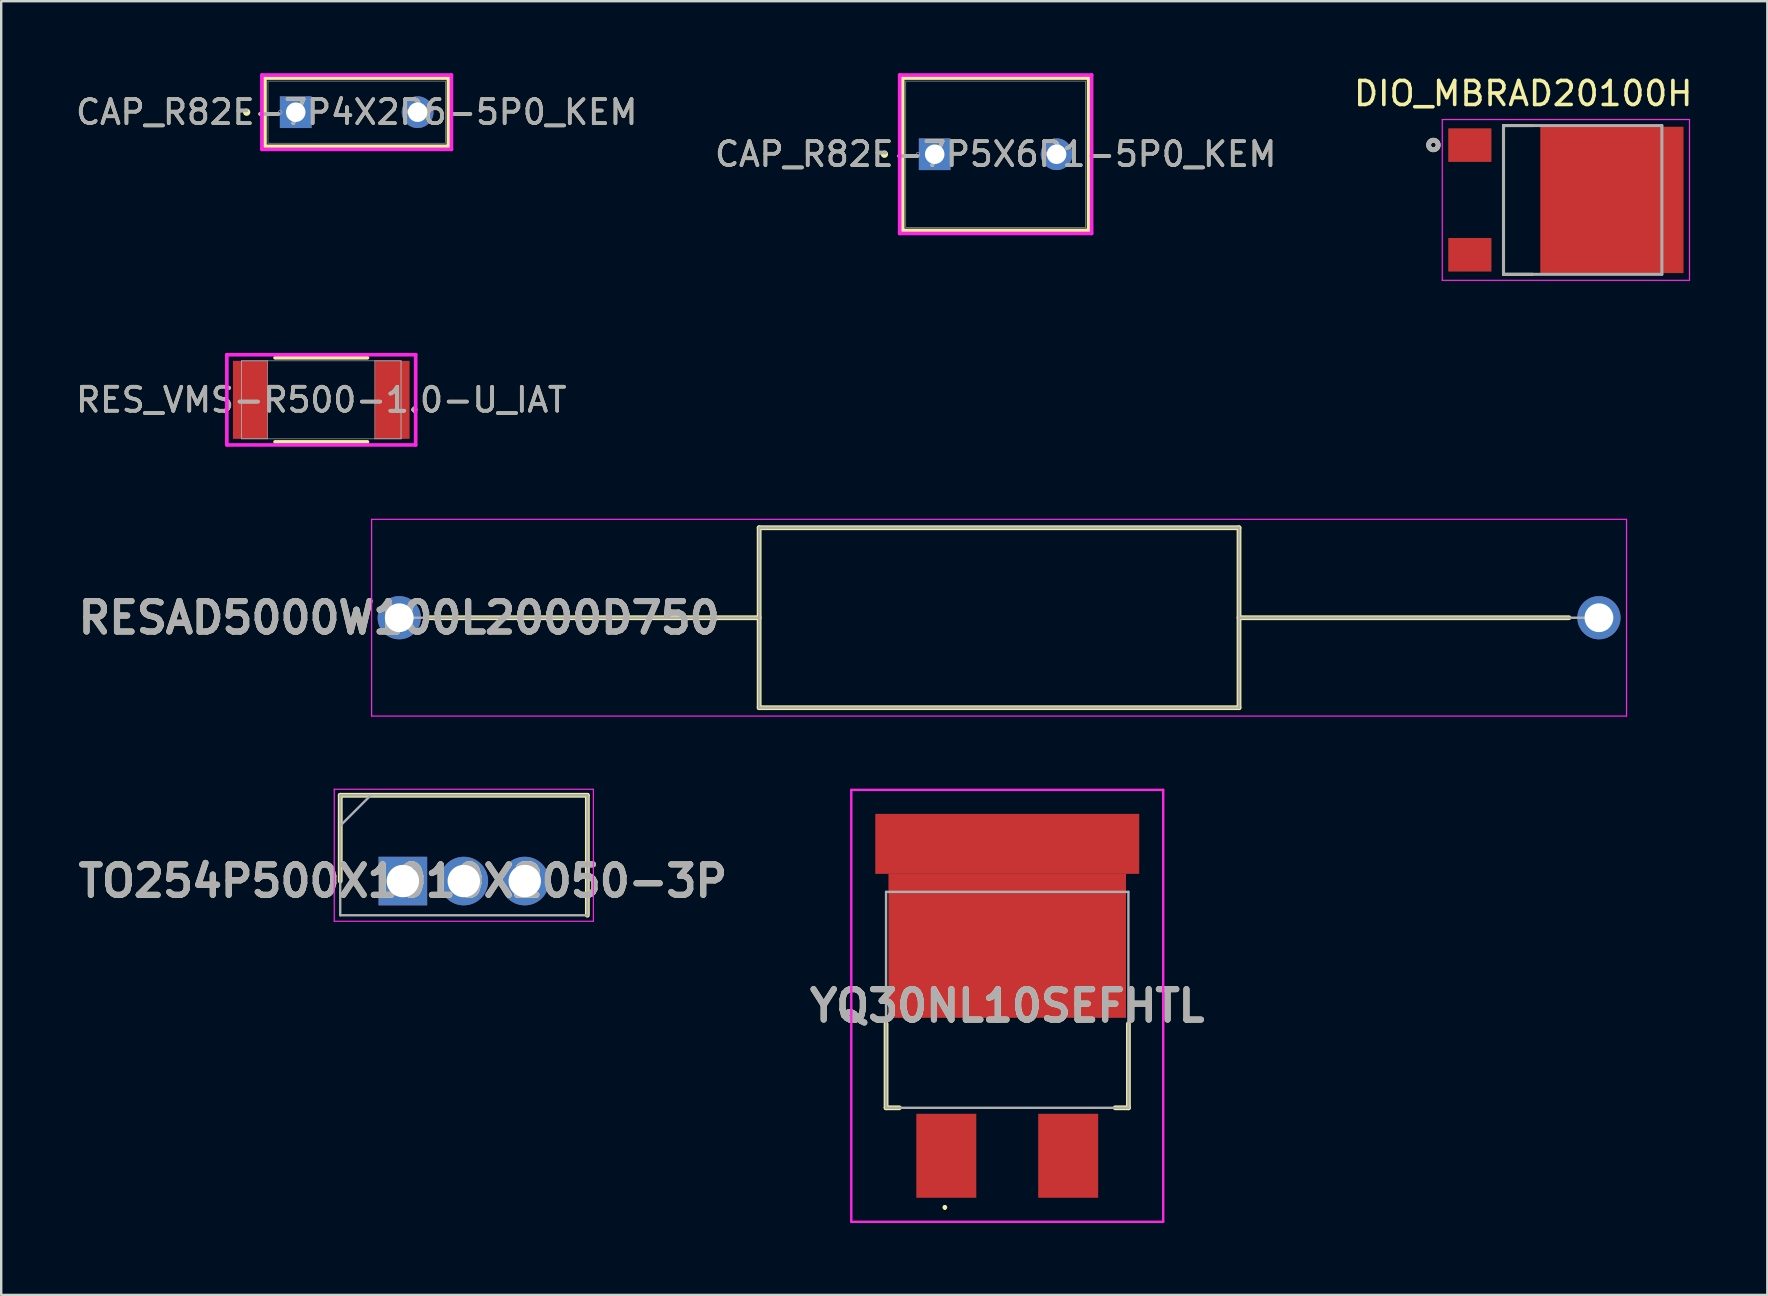
<source format=kicad_pcb>
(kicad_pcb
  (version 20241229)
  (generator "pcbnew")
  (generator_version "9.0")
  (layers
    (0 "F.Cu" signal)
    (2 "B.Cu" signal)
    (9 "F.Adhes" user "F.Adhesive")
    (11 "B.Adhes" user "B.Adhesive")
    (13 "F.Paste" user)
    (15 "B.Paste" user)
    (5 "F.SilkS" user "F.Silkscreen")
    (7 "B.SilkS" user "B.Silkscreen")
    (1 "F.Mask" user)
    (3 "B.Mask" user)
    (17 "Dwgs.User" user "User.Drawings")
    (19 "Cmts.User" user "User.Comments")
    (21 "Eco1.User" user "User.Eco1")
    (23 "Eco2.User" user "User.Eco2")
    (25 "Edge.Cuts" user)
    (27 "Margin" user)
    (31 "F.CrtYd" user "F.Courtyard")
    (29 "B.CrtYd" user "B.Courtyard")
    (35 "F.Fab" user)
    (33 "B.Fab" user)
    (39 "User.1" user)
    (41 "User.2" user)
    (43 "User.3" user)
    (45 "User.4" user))
  (footprint "DIO_MBRAD20100H"
    (layer "F.Cu")
    (at 62.212 5.283)
    (property "Reference" "DIO_MBRAD20100H" (at -1.778 -4.435 0) (layer "F.SilkS") (effects (font (size 1 1) (thickness 0.15))))
    (attr smd)
    (fp_line (start -2.6 -3.1) (end -2.6 3.1) (stroke (width 0.127) (type solid)) (layer "F.SilkS"))
    (fp_line (start -2.6 3.1) (end -1.387 3.1) (stroke (width 0.127) (type solid)) (layer "F.SilkS"))
    (fp_line (start -1.387 -3.1) (end -2.6 -3.1) (stroke (width 0.127) (type solid)) (layer "F.SilkS"))
    (fp_circle (center -5.522 -2.29) (end -5.423 -2.29) (stroke (width 0.2) (type solid)) (fill no) (layer "F.SilkS"))
    (fp_poly (pts (xy -0.833 -2.69) (xy 0.608 -2.69) (xy 0.608 -1.29) (xy -0.833 -1.29)) (stroke (width 0.01) (type solid)) (fill yes) (layer "F.Paste"))
    (fp_poly (pts (xy -0.833 -0.7) (xy 0.608 -0.7) (xy 0.608 0.7) (xy -0.833 0.7)) (stroke (width 0.01) (type solid)) (fill yes) (layer "F.Paste"))
    (fp_poly (pts (xy -0.833 1.29) (xy 0.608 1.29) (xy 0.608 2.69) (xy -0.833 2.69)) (stroke (width 0.01) (type solid)) (fill yes) (layer "F.Paste"))
    (fp_poly (pts (xy 1.198 -2.69) (xy 2.638 -2.69) (xy 2.638 -1.29) (xy 1.198 -1.29)) (stroke (width 0.01) (type solid)) (fill yes) (layer "F.Paste"))
    (fp_poly (pts (xy 1.198 -0.7) (xy 2.638 -0.7) (xy 2.638 0.7) (xy 1.198 0.7)) (stroke (width 0.01) (type solid)) (fill yes) (layer "F.Paste"))
    (fp_poly (pts (xy 1.198 1.29) (xy 2.638 1.29) (xy 2.638 2.69) (xy 1.198 2.69)) (stroke (width 0.01) (type solid)) (fill yes) (layer "F.Paste"))
    (fp_poly (pts (xy 3.228 -2.69) (xy 4.668 -2.69) (xy 4.668 -1.29) (xy 3.228 -1.29)) (stroke (width 0.01) (type solid)) (fill yes) (layer "F.Paste"))
    (fp_poly (pts (xy 3.228 -0.7) (xy 4.668 -0.7) (xy 4.668 0.7) (xy 3.228 0.7)) (stroke (width 0.01) (type solid)) (fill yes) (layer "F.Paste"))
    (fp_poly (pts (xy 3.228 1.29) (xy 4.668 1.29) (xy 4.668 2.69) (xy 3.228 2.69)) (stroke (width 0.01) (type solid)) (fill yes) (layer "F.Paste"))
    (fp_line (start -5.152 -3.35) (end 5.152 -3.35) (stroke (width 0.05) (type solid)) (layer "F.CrtYd"))
    (fp_line (start -5.152 3.35) (end -5.152 -3.35) (stroke (width 0.05) (type solid)) (layer "F.CrtYd"))
    (fp_line (start 5.152 -3.35) (end 5.152 3.35) (stroke (width 0.05) (type solid)) (layer "F.CrtYd"))
    (fp_line (start 5.152 3.35) (end -5.152 3.35) (stroke (width 0.05) (type solid)) (layer "F.CrtYd"))
    (fp_line (start -2.6 -3.1) (end -2.6 3.1) (stroke (width 0.127) (type solid)) (layer "F.Fab"))
    (fp_line (start -2.6 3.1) (end 4 3.1) (stroke (width 0.127) (type solid)) (layer "F.Fab"))
    (fp_line (start 4 -3.1) (end -2.6 -3.1) (stroke (width 0.127) (type solid)) (layer "F.Fab"))
    (fp_line (start 4 3.1) (end 4 -3.1) (stroke (width 0.127) (type solid)) (layer "F.Fab"))
    (fp_circle (center -5.522 -2.29) (end -5.423 -2.29) (stroke (width 0.2) (type solid)) (fill no) (layer "F.Fab"))
    (pad "1" smd rect (at -4.003 -2.285) (size 1.8 1.4) (layers "F.Cu" "F.Mask" "F.Paste"))
    (pad "2" smd rect (at -4.003 2.285) (size 1.8 1.4) (layers "F.Cu" "F.Mask" "F.Paste"))
    (pad "3" smd rect (at 1.917 0) (size 5.97 6.1) (layers "F.Cu" "F.Mask")))
  (footprint "CAP_R82E-7P5X6P1-5P0_KEM"
    (layer "F.Cu")
    (at 35.906 3.378)
    (property "Reference" "CAP_R82E-7P5X6P1-5P0_KEM" (at 2.54 0 0) (unlocked yes) (layer "F.SilkS") (effects (font (size 1 1) (thickness 0.15))))
    (attr through_hole)
    (fp_line (start -1.333 -3.175) (end -1.333 3.175) (stroke (width 0.152) (type solid)) (layer "F.SilkS"))
    (fp_line (start 6.413 -3.175) (end -1.333 -3.175) (stroke (width 0.152) (type solid)) (layer "F.SilkS"))
    (fp_line (start 6.413 -3.175) (end 6.413 3.175) (stroke (width 0.152) (type solid)) (layer "F.SilkS"))
    (fp_line (start 6.413 3.175) (end -1.333 3.175) (stroke (width 0.152) (type solid)) (layer "F.SilkS"))
    (fp_circle (center -2.095 0) (end -2.019 0) (stroke (width 0.152) (type solid)) (fill no) (layer "F.SilkS"))
    (fp_line (start -1.46 -3.302) (end 6.54 -3.302) (stroke (width 0.152) (type solid)) (layer "F.CrtYd"))
    (fp_line (start -1.46 3.302) (end -1.46 -3.302) (stroke (width 0.152) (type solid)) (layer "F.CrtYd"))
    (fp_line (start 6.54 -3.302) (end 6.54 3.302) (stroke (width 0.152) (type solid)) (layer "F.CrtYd"))
    (fp_line (start 6.54 3.302) (end -1.46 3.302) (stroke (width 0.152) (type solid)) (layer "F.CrtYd"))
    (fp_line (start -1.206 -3.048) (end -1.206 3.048) (stroke (width 0.025) (type solid)) (layer "F.Fab"))
    (fp_line (start 6.287 -3.048) (end -1.206 -3.048) (stroke (width 0.025) (type solid)) (layer "F.Fab"))
    (fp_line (start 6.287 -3.048) (end 6.287 3.048) (stroke (width 0.025) (type solid)) (layer "F.Fab"))
    (fp_line (start 6.287 3.048) (end -1.206 3.048) (stroke (width 0.025) (type solid)) (layer "F.Fab"))
    (fp_circle (center -0.699 0) (end -0.622 0) (stroke (width 0.025) (type solid)) (fill no) (layer "F.Fab"))
    (fp_text user "${REFERENCE}" (at 2.54 0 0) (unlocked yes) (layer "F.Fab") (effects (font (size 1 1) (thickness 0.15))))
    (pad "1" thru_hole rect (at 0 0) (size 1.321 1.321) (drill 0.813) (layers "*.Cu" "*.Mask"))
    (pad "2" thru_hole circle (at 5.08 0) (size 1.321 1.321) (drill 0.813) (layers "*.Cu" "*.Mask")))
  (footprint "RES_VMS-R500-1.0-U_IAT"
    (layer "F.Cu")
    (at 10.339 13.614)
    (property "Reference" "RES_VMS-R500-1.0-U_IAT" (at 0 0 0) (unlocked yes) (layer "F.SilkS") (effects (font (size 1 1) (thickness 0.15))))
    (attr smd)
    (fp_line (start -1.925 1.753) (end 1.925 1.753) (stroke (width 0.152) (type solid)) (layer "F.SilkS"))
    (fp_line (start 1.925 -1.753) (end -1.925 -1.753) (stroke (width 0.152) (type solid)) (layer "F.SilkS"))
    (fp_line (start -3.935 -1.88) (end 3.935 -1.88) (stroke (width 0.152) (type solid)) (layer "F.CrtYd"))
    (fp_line (start -3.935 1.88) (end -3.935 -1.88) (stroke (width 0.152) (type solid)) (layer "F.CrtYd"))
    (fp_line (start 3.935 -1.88) (end 3.935 1.88) (stroke (width 0.152) (type solid)) (layer "F.CrtYd"))
    (fp_line (start 3.935 1.88) (end -3.935 1.88) (stroke (width 0.152) (type solid)) (layer "F.CrtYd"))
    (fp_line (start -3.325 -1.626) (end -3.325 1.626) (stroke (width 0.025) (type solid)) (layer "F.Fab"))
    (fp_line (start -3.325 -1.626) (end -3.325 1.626) (stroke (width 0.025) (type solid)) (layer "F.Fab"))
    (fp_line (start -3.325 1.626) (end -2.233 1.626) (stroke (width 0.025) (type solid)) (layer "F.Fab"))
    (fp_line (start -3.325 1.626) (end 3.325 1.626) (stroke (width 0.025) (type solid)) (layer "F.Fab"))
    (fp_line (start -2.233 -1.626) (end -3.325 -1.626) (stroke (width 0.025) (type solid)) (layer "F.Fab"))
    (fp_line (start -2.233 1.626) (end -2.233 -1.626) (stroke (width 0.025) (type solid)) (layer "F.Fab"))
    (fp_line (start 2.233 -1.626) (end 2.233 1.626) (stroke (width 0.025) (type solid)) (layer "F.Fab"))
    (fp_line (start 2.233 1.626) (end 3.325 1.626) (stroke (width 0.025) (type solid)) (layer "F.Fab"))
    (fp_line (start 3.325 -1.626) (end -3.325 -1.626) (stroke (width 0.025) (type solid)) (layer "F.Fab"))
    (fp_line (start 3.325 -1.626) (end 2.233 -1.626) (stroke (width 0.025) (type solid)) (layer "F.Fab"))
    (fp_line (start 3.325 1.626) (end 3.325 -1.626) (stroke (width 0.025) (type solid)) (layer "F.Fab"))
    (fp_line (start 3.325 1.626) (end 3.325 -1.626) (stroke (width 0.025) (type solid)) (layer "F.Fab"))
    (fp_text user "${REFERENCE}" (at 0 0 0) (unlocked yes) (layer "F.Fab") (effects (font (size 1 1) (thickness 0.15))))
    (pad "1" smd rect (at -2.957 0) (size 1.448 3.251) (layers "F.Cu" "F.Mask" "F.Paste"))
    (pad "2" smd rect (at 2.957 0) (size 1.448 3.251) (layers "F.Cu" "F.Mask" "F.Paste"))
    (zone (net_name "") (layer "F.Cu") (hatch full 0.508) (connect_pads) (min_thickness 0.254) (filled_areas_thickness no) (keepout (tracks not_allowed) (vias not_allowed) (pads allowed) (copperpour not_allowed) (footprints allowed)) (placement (enabled no)) (fill) (polygon (pts (xy 8.157 12.039) (xy 12.521 12.039) (xy 12.521 15.189) (xy 8.157 15.189)))))
  (footprint "RESAD5000W100L2000D750"
    (layer "F.Cu")
    (at 13.589 22.695)
    (property "Reference" "RESAD5000W100L2000D750" (at 0 0 0) (layer "F.SilkS") (effects (font (size 1.27 1.27) (thickness 0.254))))
    (attr through_hole)
    (fp_line (start 1.25 0) (end 15 0) (stroke (width 0.2) (type solid)) (layer "F.SilkS"))
    (fp_line (start 15 -3.75) (end 35 -3.75) (stroke (width 0.2) (type solid)) (layer "F.SilkS"))
    (fp_line (start 15 3.75) (end 15 -3.75) (stroke (width 0.2) (type solid)) (layer "F.SilkS"))
    (fp_line (start 35 -3.75) (end 35 3.75) (stroke (width 0.2) (type solid)) (layer "F.SilkS"))
    (fp_line (start 35 0) (end 48.75 0) (stroke (width 0.2) (type solid)) (layer "F.SilkS"))
    (fp_line (start 35 3.75) (end 15 3.75) (stroke (width 0.2) (type solid)) (layer "F.SilkS"))
    (fp_line (start -1.15 -4.1) (end 51.15 -4.1) (stroke (width 0.05) (type solid)) (layer "F.CrtYd"))
    (fp_line (start -1.15 4.1) (end -1.15 -4.1) (stroke (width 0.05) (type solid)) (layer "F.CrtYd"))
    (fp_line (start 51.15 -4.1) (end 51.15 4.1) (stroke (width 0.05) (type solid)) (layer "F.CrtYd"))
    (fp_line (start 51.15 4.1) (end -1.15 4.1) (stroke (width 0.05) (type solid)) (layer "F.CrtYd"))
    (fp_line (start 0 0) (end 15 0) (stroke (width 0.1) (type solid)) (layer "F.Fab"))
    (fp_line (start 15 -3.75) (end 35 -3.75) (stroke (width 0.1) (type solid)) (layer "F.Fab"))
    (fp_line (start 15 3.75) (end 15 -3.75) (stroke (width 0.1) (type solid)) (layer "F.Fab"))
    (fp_line (start 35 -3.75) (end 35 3.75) (stroke (width 0.1) (type solid)) (layer "F.Fab"))
    (fp_line (start 35 0) (end 50 0) (stroke (width 0.1) (type solid)) (layer "F.Fab"))
    (fp_line (start 35 3.75) (end 15 3.75) (stroke (width 0.1) (type solid)) (layer "F.Fab"))
    (fp_text user "${REFERENCE}" (at 0 0 0) (layer "F.Fab") (effects (font (size 1.27 1.27) (thickness 0.254))))
    (pad "1" thru_hole circle (at 0 0) (size 1.8 1.8) (drill 1.2) (layers "*.Cu" "*.Mask"))
    (pad "2" thru_hole circle (at 50 0) (size 1.8 1.8) (drill 1.2) (layers "*.Cu" "*.Mask")))
  (footprint "YQ30NL10SEFHTL"
    (layer "F.Cu")
    (at 38.929 38.62)
    (property "Reference" "YQ30NL10SEFHTL" (at 0 0.25 0) (layer "F.SilkS") (effects (font (size 1.27 1.27) (thickness 0.254))))
    (attr smd)
    (fp_line (start -5.05 4.5) (end -5.05 1) (stroke (width 0.2) (type solid)) (layer "F.SilkS"))
    (fp_line (start -4.5 4.5) (end -5.05 4.5) (stroke (width 0.2) (type solid)) (layer "F.SilkS"))
    (fp_line (start -2.6 8.6) (end -2.6 8.6) (stroke (width 0.1) (type solid)) (layer "F.SilkS"))
    (fp_line (start -2.6 8.7) (end -2.6 8.7) (stroke (width 0.1) (type solid)) (layer "F.SilkS"))
    (fp_line (start 4.5 4.5) (end 5.05 4.5) (stroke (width 0.2) (type solid)) (layer "F.SilkS"))
    (fp_line (start 5.05 4.5) (end 5.05 1) (stroke (width 0.2) (type solid)) (layer "F.SilkS"))
    (fp_arc (start -2.6 8.6) (mid -2.55 8.65) (end -2.6 8.7) (stroke (width 0.1) (type solid)) (layer "F.SilkS"))
    (fp_arc (start -2.6 8.7) (mid -2.65 8.65) (end -2.6 8.6) (stroke (width 0.1) (type solid)) (layer "F.SilkS"))
    (fp_line (start -6.5 -8.75) (end 6.5 -8.75) (stroke (width 0.1) (type solid)) (layer "F.CrtYd"))
    (fp_line (start -6.5 9.25) (end -6.5 -8.75) (stroke (width 0.1) (type solid)) (layer "F.CrtYd"))
    (fp_line (start 6.5 -8.75) (end 6.5 9.25) (stroke (width 0.1) (type solid)) (layer "F.CrtYd"))
    (fp_line (start 6.5 9.25) (end -6.5 9.25) (stroke (width 0.1) (type solid)) (layer "F.CrtYd"))
    (fp_line (start -5.05 -4.5) (end 5.05 -4.5) (stroke (width 0.1) (type solid)) (layer "F.Fab"))
    (fp_line (start -5.05 4.5) (end -5.05 -4.5) (stroke (width 0.1) (type solid)) (layer "F.Fab"))
    (fp_line (start 5.05 -4.5) (end 5.05 4.5) (stroke (width 0.1) (type solid)) (layer "F.Fab"))
    (fp_line (start 5.05 4.5) (end -5.05 4.5) (stroke (width 0.1) (type solid)) (layer "F.Fab"))
    (fp_text user "${REFERENCE}" (at 0 0.25 0) (layer "F.Fab") (effects (font (size 1.27 1.27) (thickness 0.254))))
    (pad "1" smd rect (at -2.54 6.5) (size 2.5 3.5) (layers "F.Cu" "F.Mask" "F.Paste"))
    (pad "2" smd rect (at 0 -2.25 90) (size 6 9.9) (layers "F.Cu" "F.Mask" "F.Paste"))
    (pad "3" smd rect (at 2.54 6.5) (size 2.5 3.5) (layers "F.Cu" "F.Mask" "F.Paste"))
    (pad "4" smd rect (at 0 -6.5 90) (size 2.5 11) (layers "F.Cu" "F.Mask" "F.Paste")))
  (footprint "CAP_R82E-7P4X2P6-5P0_KEM"
    (layer "F.Cu")
    (at 9.275 1.626)
    (property "Reference" "CAP_R82E-7P4X2P6-5P0_KEM" (at 2.54 0 0) (unlocked yes) (layer "F.SilkS") (effects (font (size 1 1) (thickness 0.15))))
    (attr through_hole)
    (fp_line (start -1.283 -1.422) (end -1.283 1.422) (stroke (width 0.152) (type solid)) (layer "F.SilkS"))
    (fp_line (start 6.363 -1.422) (end -1.283 -1.422) (stroke (width 0.152) (type solid)) (layer "F.SilkS"))
    (fp_line (start 6.363 -1.422) (end 6.363 1.422) (stroke (width 0.152) (type solid)) (layer "F.SilkS"))
    (fp_line (start 6.363 1.422) (end -1.283 1.422) (stroke (width 0.152) (type solid)) (layer "F.SilkS"))
    (fp_circle (center -2.045 0) (end -1.968 0) (stroke (width 0.152) (type solid)) (fill no) (layer "F.SilkS"))
    (fp_line (start -1.41 -1.549) (end 6.49 -1.549) (stroke (width 0.152) (type solid)) (layer "F.CrtYd"))
    (fp_line (start -1.41 1.549) (end -1.41 -1.549) (stroke (width 0.152) (type solid)) (layer "F.CrtYd"))
    (fp_line (start 6.49 -1.549) (end 6.49 1.549) (stroke (width 0.152) (type solid)) (layer "F.CrtYd"))
    (fp_line (start 6.49 1.549) (end -1.41 1.549) (stroke (width 0.152) (type solid)) (layer "F.CrtYd"))
    (fp_line (start -1.156 -1.295) (end -1.156 1.295) (stroke (width 0.025) (type solid)) (layer "F.Fab"))
    (fp_line (start 6.236 -1.295) (end -1.156 -1.295) (stroke (width 0.025) (type solid)) (layer "F.Fab"))
    (fp_line (start 6.236 -1.295) (end 6.236 1.295) (stroke (width 0.025) (type solid)) (layer "F.Fab"))
    (fp_line (start 6.236 1.295) (end -1.156 1.295) (stroke (width 0.025) (type solid)) (layer "F.Fab"))
    (fp_circle (center -0.648 0) (end -0.572 0) (stroke (width 0.025) (type solid)) (fill no) (layer "F.Fab"))
    (fp_text user "${REFERENCE}" (at 2.54 0 0) (unlocked yes) (layer "F.Fab") (effects (font (size 1 1) (thickness 0.15))))
    (pad "1" thru_hole rect (at 0 0) (size 1.321 1.321) (drill 0.813) (layers "*.Cu" "*.Mask"))
    (pad "2" thru_hole circle (at 5.08 0) (size 1.321 1.321) (drill 0.813) (layers "*.Cu" "*.Mask")))
  (footprint "TO254P500X1010X2050-3P"
    (layer "F.Cu")
    (at 13.74 33.67)
    (property "Reference" "TO254P500X1010X2050-3P" (at 0 0 0) (layer "F.SilkS") (effects (font (size 1.27 1.27) (thickness 0.254))))
    (attr through_hole)
    (fp_line (start -2.61 -3.575) (end -2.61 0) (stroke (width 0.2) (type solid)) (layer "F.SilkS"))
    (fp_line (start 7.69 -3.575) (end -2.61 -3.575) (stroke (width 0.2) (type solid)) (layer "F.SilkS"))
    (fp_line (start 7.69 1.425) (end 7.69 -3.575) (stroke (width 0.2) (type solid)) (layer "F.SilkS"))
    (fp_line (start -2.86 -3.825) (end 7.94 -3.825) (stroke (width 0.05) (type solid)) (layer "F.CrtYd"))
    (fp_line (start -2.86 1.675) (end -2.86 -3.825) (stroke (width 0.05) (type solid)) (layer "F.CrtYd"))
    (fp_line (start 7.94 -3.825) (end 7.94 1.675) (stroke (width 0.05) (type solid)) (layer "F.CrtYd"))
    (fp_line (start 7.94 1.675) (end -2.86 1.675) (stroke (width 0.05) (type solid)) (layer "F.CrtYd"))
    (fp_line (start -2.61 -3.575) (end 7.69 -3.575) (stroke (width 0.1) (type solid)) (layer "F.Fab"))
    (fp_line (start -2.61 -2.305) (end -1.34 -3.575) (stroke (width 0.1) (type solid)) (layer "F.Fab"))
    (fp_line (start -2.61 1.425) (end -2.61 -3.575) (stroke (width 0.1) (type solid)) (layer "F.Fab"))
    (fp_line (start 7.69 -3.575) (end 7.69 1.425) (stroke (width 0.1) (type solid)) (layer "F.Fab"))
    (fp_line (start 7.69 1.425) (end -2.61 1.425) (stroke (width 0.1) (type solid)) (layer "F.Fab"))
    (fp_text user "${REFERENCE}" (at 0 0 0) (layer "F.Fab") (effects (font (size 1.27 1.27) (thickness 0.254))))
    (pad "1" thru_hole rect (at 0 0) (size 2.025 2.025) (drill 1.35) (layers "*.Cu" "*.Mask"))
    (pad "2" thru_hole circle (at 2.54 0) (size 2.025 2.025) (drill 1.35) (layers "*.Cu" "*.Mask"))
    (pad "3" thru_hole circle (at 5.08 0) (size 2.025 2.025) (drill 1.35) (layers "*.Cu" "*.Mask")))
  (gr_rect
    (start -3 -3)
    (end 70.607 50.92)
    (stroke (width 0.1) (type default))
    (fill no)
    (layer "Edge.Cuts")))
</source>
